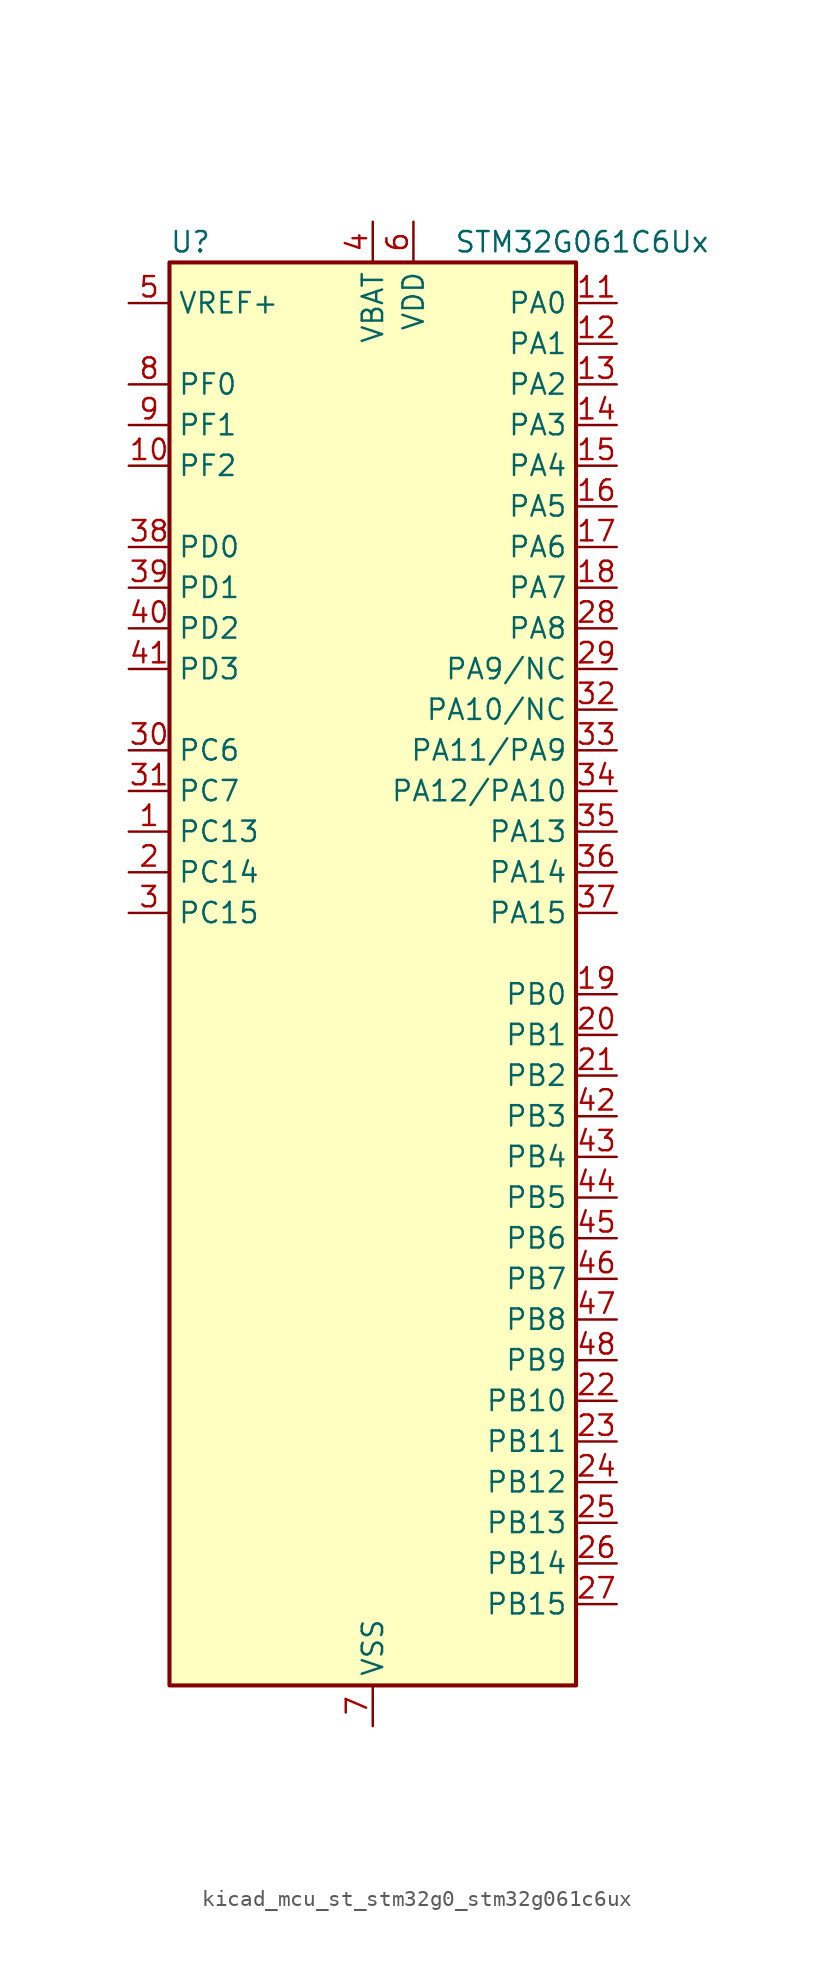
<source format=kicad_sym>
(kicad_symbol_lib
  (version 20220914)
  (generator kicad_symbol_editor)
  (symbol "kicad_mcu_st_stm32g0_stm32g061c6ux"
    (property "Reference" "U"
      (at -12.7 46.99 0)
      (effects (font (size 1.27 1.27)) (justify left)))
    (property "Value" "STM32G061C6Ux"
      (at 5.08 46.99 0)
      (effects (font (size 1.27 1.27)) (justify left)))
    (property "ki_locked" ""
      (at 0 0 0)
      (effects (font (size 1.27 1.27))))
    (symbol "kicad_mcu_st_stm32g0_stm32g061c6ux_0_1"
      (rectangle (start -12.7 -43.18) (end 12.7 45.72) (stroke (width 0.254) (type default)) (fill (type background))))
    (symbol "kicad_mcu_st_stm32g0_stm32g061c6ux_1_1"
      (pin bidirectional line (at -15.24 10.16 0) (length 2.54) (name "PC13" (effects (font (size 1.27 1.27)))) (number "1" (effects (font (size 1.27 1.27)))) (alternate "RTC_OUT1" bidirectional line) (alternate "RTC_TAMP_IN1" bidirectional line) (alternate "RTC_TS" bidirectional line) (alternate "SYS_WKUP2" bidirectional line) (alternate "TIM1_BK" bidirectional line))
      (pin bidirectional line (at -15.24 33.02 0) (length 2.54) (name "PF2" (effects (font (size 1.27 1.27)))) (number "10" (effects (font (size 1.27 1.27)))) (alternate "RCC_MCO" bidirectional line))
      (pin bidirectional line (at 15.24 43.18 180) (length 2.54) (name "PA0" (effects (font (size 1.27 1.27)))) (number "11" (effects (font (size 1.27 1.27)))) (alternate "ADC1_IN0" bidirectional line) (alternate "COMP1_INM" bidirectional line) (alternate "COMP1_OUT" bidirectional line) (alternate "LPTIM1_OUT" bidirectional line) (alternate "RTC_TAMP_IN2" bidirectional line) (alternate "SPI2_SCK" bidirectional line) (alternate "SYS_WKUP1" bidirectional line) (alternate "TIM2_CH1" bidirectional line) (alternate "TIM2_ETR" bidirectional line) (alternate "USART2_CTS" bidirectional line) (alternate "USART2_NSS" bidirectional line))
      (pin bidirectional line (at 15.24 40.64 180) (length 2.54) (name "PA1" (effects (font (size 1.27 1.27)))) (number "12" (effects (font (size 1.27 1.27)))) (alternate "ADC1_IN1" bidirectional line) (alternate "COMP1_INP" bidirectional line) (alternate "I2C1_SMBA" bidirectional line) (alternate "I2S1_CK" bidirectional line) (alternate "SPI1_SCK" bidirectional line) (alternate "TIM15_CH1N" bidirectional line) (alternate "TIM2_CH2" bidirectional line) (alternate "USART2_CK" bidirectional line) (alternate "USART2_DE" bidirectional line) (alternate "USART2_RTS" bidirectional line))
      (pin bidirectional line (at 15.24 38.1 180) (length 2.54) (name "PA2" (effects (font (size 1.27 1.27)))) (number "13" (effects (font (size 1.27 1.27)))) (alternate "ADC1_IN2" bidirectional line) (alternate "COMP2_INM" bidirectional line) (alternate "COMP2_OUT" bidirectional line) (alternate "I2S1_SD" bidirectional line) (alternate "LPUART1_TX" bidirectional line) (alternate "RCC_LSCO" bidirectional line) (alternate "SPI1_MOSI" bidirectional line) (alternate "SYS_WKUP4" bidirectional line) (alternate "TIM15_CH1" bidirectional line) (alternate "TIM2_CH3" bidirectional line) (alternate "USART2_TX" bidirectional line))
      (pin bidirectional line (at 15.24 35.56 180) (length 2.54) (name "PA3" (effects (font (size 1.27 1.27)))) (number "14" (effects (font (size 1.27 1.27)))) (alternate "ADC1_IN3" bidirectional line) (alternate "COMP2_INP" bidirectional line) (alternate "LPUART1_RX" bidirectional line) (alternate "SPI2_MISO" bidirectional line) (alternate "TIM15_CH2" bidirectional line) (alternate "TIM2_CH4" bidirectional line) (alternate "USART2_RX" bidirectional line))
      (pin bidirectional line (at 15.24 33.02 180) (length 2.54) (name "PA4" (effects (font (size 1.27 1.27)))) (number "15" (effects (font (size 1.27 1.27)))) (alternate "ADC1_IN4" bidirectional line) (alternate "DAC1_OUT1" bidirectional line) (alternate "I2S1_WS" bidirectional line) (alternate "LPTIM2_OUT" bidirectional line) (alternate "RTC_OUT2" bidirectional line) (alternate "SPI1_NSS" bidirectional line) (alternate "SPI2_MOSI" bidirectional line) (alternate "TIM14_CH1" bidirectional line))
      (pin bidirectional line (at 15.24 30.48 180) (length 2.54) (name "PA5" (effects (font (size 1.27 1.27)))) (number "16" (effects (font (size 1.27 1.27)))) (alternate "ADC1_IN5" bidirectional line) (alternate "DAC1_OUT2" bidirectional line) (alternate "I2S1_CK" bidirectional line) (alternate "LPTIM2_ETR" bidirectional line) (alternate "SPI1_SCK" bidirectional line) (alternate "TIM2_CH1" bidirectional line) (alternate "TIM2_ETR" bidirectional line))
      (pin bidirectional line (at 15.24 27.94 180) (length 2.54) (name "PA6" (effects (font (size 1.27 1.27)))) (number "17" (effects (font (size 1.27 1.27)))) (alternate "ADC1_IN6" bidirectional line) (alternate "COMP1_OUT" bidirectional line) (alternate "I2S1_MCK" bidirectional line) (alternate "LPUART1_CTS" bidirectional line) (alternate "SPI1_MISO" bidirectional line) (alternate "TIM16_CH1" bidirectional line) (alternate "TIM1_BK" bidirectional line) (alternate "TIM3_CH1" bidirectional line))
      (pin bidirectional line (at 15.24 25.4 180) (length 2.54) (name "PA7" (effects (font (size 1.27 1.27)))) (number "18" (effects (font (size 1.27 1.27)))) (alternate "ADC1_IN7" bidirectional line) (alternate "COMP2_OUT" bidirectional line) (alternate "I2S1_SD" bidirectional line) (alternate "SPI1_MOSI" bidirectional line) (alternate "TIM14_CH1" bidirectional line) (alternate "TIM17_CH1" bidirectional line) (alternate "TIM1_CH1N" bidirectional line) (alternate "TIM3_CH2" bidirectional line))
      (pin bidirectional line (at 15.24 0 180) (length 2.54) (name "PB0" (effects (font (size 1.27 1.27)))) (number "19" (effects (font (size 1.27 1.27)))) (alternate "ADC1_IN8" bidirectional line) (alternate "COMP1_OUT" bidirectional line) (alternate "I2S1_WS" bidirectional line) (alternate "LPTIM1_OUT" bidirectional line) (alternate "SPI1_NSS" bidirectional line) (alternate "TIM1_CH2N" bidirectional line) (alternate "TIM3_CH3" bidirectional line))
      (pin bidirectional line (at -15.24 7.62 0) (length 2.54) (name "PC14" (effects (font (size 1.27 1.27)))) (number "2" (effects (font (size 1.27 1.27)))) (alternate "RCC_OSC32_IN" bidirectional line) (alternate "TIM1_BK2" bidirectional line))
      (pin bidirectional line (at 15.24 -2.54 180) (length 2.54) (name "PB1" (effects (font (size 1.27 1.27)))) (number "20" (effects (font (size 1.27 1.27)))) (alternate "ADC1_IN9" bidirectional line) (alternate "COMP1_INM" bidirectional line) (alternate "LPTIM2_IN1" bidirectional line) (alternate "LPUART1_DE" bidirectional line) (alternate "LPUART1_RTS" bidirectional line) (alternate "TIM14_CH1" bidirectional line) (alternate "TIM1_CH3N" bidirectional line) (alternate "TIM3_CH4" bidirectional line))
      (pin bidirectional line (at 15.24 -5.08 180) (length 2.54) (name "PB2" (effects (font (size 1.27 1.27)))) (number "21" (effects (font (size 1.27 1.27)))) (alternate "ADC1_IN10" bidirectional line) (alternate "COMP1_INP" bidirectional line) (alternate "LPTIM1_OUT" bidirectional line) (alternate "SPI2_MISO" bidirectional line))
      (pin bidirectional line (at 15.24 -25.4 180) (length 2.54) (name "PB10" (effects (font (size 1.27 1.27)))) (number "22" (effects (font (size 1.27 1.27)))) (alternate "ADC1_IN11" bidirectional line) (alternate "COMP1_OUT" bidirectional line) (alternate "I2C2_SCL" bidirectional line) (alternate "LPUART1_RX" bidirectional line) (alternate "SPI2_SCK" bidirectional line) (alternate "TIM2_CH3" bidirectional line))
      (pin bidirectional line (at 15.24 -27.94 180) (length 2.54) (name "PB11" (effects (font (size 1.27 1.27)))) (number "23" (effects (font (size 1.27 1.27)))) (alternate "ADC1_EXTI11" bidirectional line) (alternate "ADC1_IN15" bidirectional line) (alternate "COMP2_OUT" bidirectional line) (alternate "I2C2_SDA" bidirectional line) (alternate "LPUART1_TX" bidirectional line) (alternate "SPI2_MOSI" bidirectional line) (alternate "TIM2_CH4" bidirectional line))
      (pin bidirectional line (at 15.24 -30.48 180) (length 2.54) (name "PB12" (effects (font (size 1.27 1.27)))) (number "24" (effects (font (size 1.27 1.27)))) (alternate "ADC1_IN16" bidirectional line) (alternate "LPUART1_DE" bidirectional line) (alternate "LPUART1_RTS" bidirectional line) (alternate "SPI2_NSS" bidirectional line) (alternate "TIM15_BK" bidirectional line) (alternate "TIM1_BK" bidirectional line))
      (pin bidirectional line (at 15.24 -33.02 180) (length 2.54) (name "PB13" (effects (font (size 1.27 1.27)))) (number "25" (effects (font (size 1.27 1.27)))) (alternate "I2C2_SCL" bidirectional line) (alternate "LPUART1_CTS" bidirectional line) (alternate "SPI2_SCK" bidirectional line) (alternate "TIM15_CH1N" bidirectional line) (alternate "TIM1_CH1N" bidirectional line))
      (pin bidirectional line (at 15.24 -35.56 180) (length 2.54) (name "PB14" (effects (font (size 1.27 1.27)))) (number "26" (effects (font (size 1.27 1.27)))) (alternate "I2C2_SDA" bidirectional line) (alternate "SPI2_MISO" bidirectional line) (alternate "TIM15_CH1" bidirectional line) (alternate "TIM1_CH2N" bidirectional line))
      (pin bidirectional line (at 15.24 -38.1 180) (length 2.54) (name "PB15" (effects (font (size 1.27 1.27)))) (number "27" (effects (font (size 1.27 1.27)))) (alternate "RTC_REFIN" bidirectional line) (alternate "SPI2_MOSI" bidirectional line) (alternate "TIM15_CH1N" bidirectional line) (alternate "TIM15_CH2" bidirectional line) (alternate "TIM1_CH3N" bidirectional line))
      (pin bidirectional line (at 15.24 22.86 180) (length 2.54) (name "PA8" (effects (font (size 1.27 1.27)))) (number "28" (effects (font (size 1.27 1.27)))) (alternate "LPTIM2_OUT" bidirectional line) (alternate "RCC_MCO" bidirectional line) (alternate "SPI2_NSS" bidirectional line) (alternate "TIM1_CH1" bidirectional line))
      (pin bidirectional line (at 15.24 20.32 180) (length 2.54) (name "PA9/NC" (effects (font (size 1.27 1.27)))) (number "29" (effects (font (size 1.27 1.27)))) (alternate "DAC1_EXTI9" bidirectional line) (alternate "I2C1_SCL" bidirectional line) (alternate "RCC_MCO" bidirectional line) (alternate "SPI2_MISO" bidirectional line) (alternate "TIM15_BK" bidirectional line) (alternate "TIM1_CH2" bidirectional line) (alternate "USART1_TX" bidirectional line))
      (pin bidirectional line (at -15.24 5.08 0) (length 2.54) (name "PC15" (effects (font (size 1.27 1.27)))) (number "3" (effects (font (size 1.27 1.27)))) (alternate "RCC_OSC32_EN" bidirectional line) (alternate "RCC_OSC32_OUT" bidirectional line) (alternate "RCC_OSC_EN" bidirectional line) (alternate "TIM15_BK" bidirectional line))
      (pin bidirectional line (at -15.24 15.24 0) (length 2.54) (name "PC6" (effects (font (size 1.27 1.27)))) (number "30" (effects (font (size 1.27 1.27)))) (alternate "TIM2_CH3" bidirectional line) (alternate "TIM3_CH1" bidirectional line))
      (pin bidirectional line (at -15.24 12.7 0) (length 2.54) (name "PC7" (effects (font (size 1.27 1.27)))) (number "31" (effects (font (size 1.27 1.27)))) (alternate "TIM2_CH4" bidirectional line) (alternate "TIM3_CH2" bidirectional line))
      (pin bidirectional line (at 15.24 17.78 180) (length 2.54) (name "PA10/NC" (effects (font (size 1.27 1.27)))) (number "32" (effects (font (size 1.27 1.27)))) (alternate "I2C1_SDA" bidirectional line) (alternate "SPI2_MOSI" bidirectional line) (alternate "TIM17_BK" bidirectional line) (alternate "TIM1_CH3" bidirectional line) (alternate "USART1_RX" bidirectional line))
      (pin bidirectional line (at 15.24 15.24 180) (length 2.54) (name "PA11/PA9" (effects (font (size 1.27 1.27)))) (number "33" (effects (font (size 1.27 1.27)))) (alternate "ADC1_EXTI11" bidirectional line) (alternate "COMP1_OUT" bidirectional line) (alternate "I2C2_SCL" bidirectional line) (alternate "I2S1_MCK" bidirectional line) (alternate "SPI1_MISO" bidirectional line) (alternate "TIM1_BK2" bidirectional line) (alternate "TIM1_CH4" bidirectional line) (alternate "USART1_CTS" bidirectional line) (alternate "USART1_NSS" bidirectional line))
      (pin bidirectional line (at 15.24 12.7 180) (length 2.54) (name "PA12/PA10" (effects (font (size 1.27 1.27)))) (number "34" (effects (font (size 1.27 1.27)))) (alternate "COMP2_OUT" bidirectional line) (alternate "I2C2_SDA" bidirectional line) (alternate "I2S1_SD" bidirectional line) (alternate "I2S_CKIN" bidirectional line) (alternate "SPI1_MOSI" bidirectional line) (alternate "TIM1_ETR" bidirectional line) (alternate "USART1_CK" bidirectional line) (alternate "USART1_DE" bidirectional line) (alternate "USART1_RTS" bidirectional line))
      (pin bidirectional line (at 15.24 10.16 180) (length 2.54) (name "PA13" (effects (font (size 1.27 1.27)))) (number "35" (effects (font (size 1.27 1.27)))) (alternate "ADC1_IN17" bidirectional line) (alternate "IR_OUT" bidirectional line) (alternate "SYS_SWDIO" bidirectional line))
      (pin bidirectional line (at 15.24 7.62 180) (length 2.54) (name "PA14" (effects (font (size 1.27 1.27)))) (number "36" (effects (font (size 1.27 1.27)))) (alternate "ADC1_IN18" bidirectional line) (alternate "SYS_SWCLK" bidirectional line) (alternate "USART2_TX" bidirectional line))
      (pin bidirectional line (at 15.24 5.08 180) (length 2.54) (name "PA15" (effects (font (size 1.27 1.27)))) (number "37" (effects (font (size 1.27 1.27)))) (alternate "I2S1_WS" bidirectional line) (alternate "SPI1_NSS" bidirectional line) (alternate "TIM2_CH1" bidirectional line) (alternate "TIM2_ETR" bidirectional line) (alternate "USART2_RX" bidirectional line))
      (pin bidirectional line (at -15.24 27.94 0) (length 2.54) (name "PD0" (effects (font (size 1.27 1.27)))) (number "38" (effects (font (size 1.27 1.27)))) (alternate "SPI2_NSS" bidirectional line) (alternate "TIM16_CH1" bidirectional line))
      (pin bidirectional line (at -15.24 25.4 0) (length 2.54) (name "PD1" (effects (font (size 1.27 1.27)))) (number "39" (effects (font (size 1.27 1.27)))) (alternate "SPI2_SCK" bidirectional line) (alternate "TIM17_CH1" bidirectional line))
      (pin power_in line (at 0 48.26 270) (length 2.54) (name "VBAT" (effects (font (size 1.27 1.27)))) (number "4" (effects (font (size 1.27 1.27)))))
      (pin bidirectional line (at -15.24 22.86 0) (length 2.54) (name "PD2" (effects (font (size 1.27 1.27)))) (number "40" (effects (font (size 1.27 1.27)))) (alternate "TIM1_CH1N" bidirectional line) (alternate "TIM3_ETR" bidirectional line))
      (pin bidirectional line (at -15.24 20.32 0) (length 2.54) (name "PD3" (effects (font (size 1.27 1.27)))) (number "41" (effects (font (size 1.27 1.27)))) (alternate "SPI2_MISO" bidirectional line) (alternate "TIM1_CH2N" bidirectional line) (alternate "USART2_CTS" bidirectional line) (alternate "USART2_NSS" bidirectional line))
      (pin bidirectional line (at 15.24 -7.62 180) (length 2.54) (name "PB3" (effects (font (size 1.27 1.27)))) (number "42" (effects (font (size 1.27 1.27)))) (alternate "COMP2_INM" bidirectional line) (alternate "I2S1_CK" bidirectional line) (alternate "SPI1_SCK" bidirectional line) (alternate "TIM1_CH2" bidirectional line) (alternate "TIM2_CH2" bidirectional line) (alternate "USART1_CK" bidirectional line) (alternate "USART1_DE" bidirectional line) (alternate "USART1_RTS" bidirectional line))
      (pin bidirectional line (at 15.24 -10.16 180) (length 2.54) (name "PB4" (effects (font (size 1.27 1.27)))) (number "43" (effects (font (size 1.27 1.27)))) (alternate "COMP2_INP" bidirectional line) (alternate "I2S1_MCK" bidirectional line) (alternate "SPI1_MISO" bidirectional line) (alternate "TIM17_BK" bidirectional line) (alternate "TIM3_CH1" bidirectional line) (alternate "USART1_CTS" bidirectional line) (alternate "USART1_NSS" bidirectional line))
      (pin bidirectional line (at 15.24 -12.7 180) (length 2.54) (name "PB5" (effects (font (size 1.27 1.27)))) (number "44" (effects (font (size 1.27 1.27)))) (alternate "COMP2_OUT" bidirectional line) (alternate "I2C1_SMBA" bidirectional line) (alternate "I2S1_SD" bidirectional line) (alternate "LPTIM1_IN1" bidirectional line) (alternate "SPI1_MOSI" bidirectional line) (alternate "SYS_WKUP6" bidirectional line) (alternate "TIM16_BK" bidirectional line) (alternate "TIM3_CH2" bidirectional line))
      (pin bidirectional line (at 15.24 -15.24 180) (length 2.54) (name "PB6" (effects (font (size 1.27 1.27)))) (number "45" (effects (font (size 1.27 1.27)))) (alternate "COMP2_INP" bidirectional line) (alternate "I2C1_SCL" bidirectional line) (alternate "LPTIM1_ETR" bidirectional line) (alternate "SPI2_MISO" bidirectional line) (alternate "TIM16_CH1N" bidirectional line) (alternate "TIM1_CH3" bidirectional line) (alternate "USART1_TX" bidirectional line))
      (pin bidirectional line (at 15.24 -17.78 180) (length 2.54) (name "PB7" (effects (font (size 1.27 1.27)))) (number "46" (effects (font (size 1.27 1.27)))) (alternate "COMP2_INM" bidirectional line) (alternate "I2C1_SDA" bidirectional line) (alternate "LPTIM1_IN2" bidirectional line) (alternate "SPI2_MOSI" bidirectional line) (alternate "SYS_PVD_IN" bidirectional line) (alternate "TIM17_CH1N" bidirectional line) (alternate "USART1_RX" bidirectional line))
      (pin bidirectional line (at 15.24 -20.32 180) (length 2.54) (name "PB8" (effects (font (size 1.27 1.27)))) (number "47" (effects (font (size 1.27 1.27)))) (alternate "I2C1_SCL" bidirectional line) (alternate "SPI2_SCK" bidirectional line) (alternate "TIM15_BK" bidirectional line) (alternate "TIM16_CH1" bidirectional line))
      (pin bidirectional line (at 15.24 -22.86 180) (length 2.54) (name "PB9" (effects (font (size 1.27 1.27)))) (number "48" (effects (font (size 1.27 1.27)))) (alternate "DAC1_EXTI9" bidirectional line) (alternate "I2C1_SDA" bidirectional line) (alternate "IR_OUT" bidirectional line) (alternate "SPI2_NSS" bidirectional line) (alternate "TIM17_CH1" bidirectional line))
      (pin passive line (at 0 -45.72 90) (length 2.54) hide (name "VSS" (effects (font (size 1.27 1.27)))) (number "49" (effects (font (size 1.27 1.27)))))
      (pin input line (at -15.24 43.18 0) (length 2.54) (name "VREF+" (effects (font (size 1.27 1.27)))) (number "5" (effects (font (size 1.27 1.27)))) (alternate "VREFBUF_OUT" bidirectional line))
      (pin power_in line (at 2.54 48.26 270) (length 2.54) (name "VDD" (effects (font (size 1.27 1.27)))) (number "6" (effects (font (size 1.27 1.27)))))
      (pin power_in line (at 0 -45.72 90) (length 2.54) (name "VSS" (effects (font (size 1.27 1.27)))) (number "7" (effects (font (size 1.27 1.27)))))
      (pin bidirectional line (at -15.24 38.1 0) (length 2.54) (name "PF0" (effects (font (size 1.27 1.27)))) (number "8" (effects (font (size 1.27 1.27)))) (alternate "RCC_OSC_IN" bidirectional line) (alternate "TIM14_CH1" bidirectional line))
      (pin bidirectional line (at -15.24 35.56 0) (length 2.54) (name "PF1" (effects (font (size 1.27 1.27)))) (number "9" (effects (font (size 1.27 1.27)))) (alternate "RCC_OSC_EN" bidirectional line) (alternate "RCC_OSC_OUT" bidirectional line) (alternate "TIM15_CH1N" bidirectional line)))))
</source>
